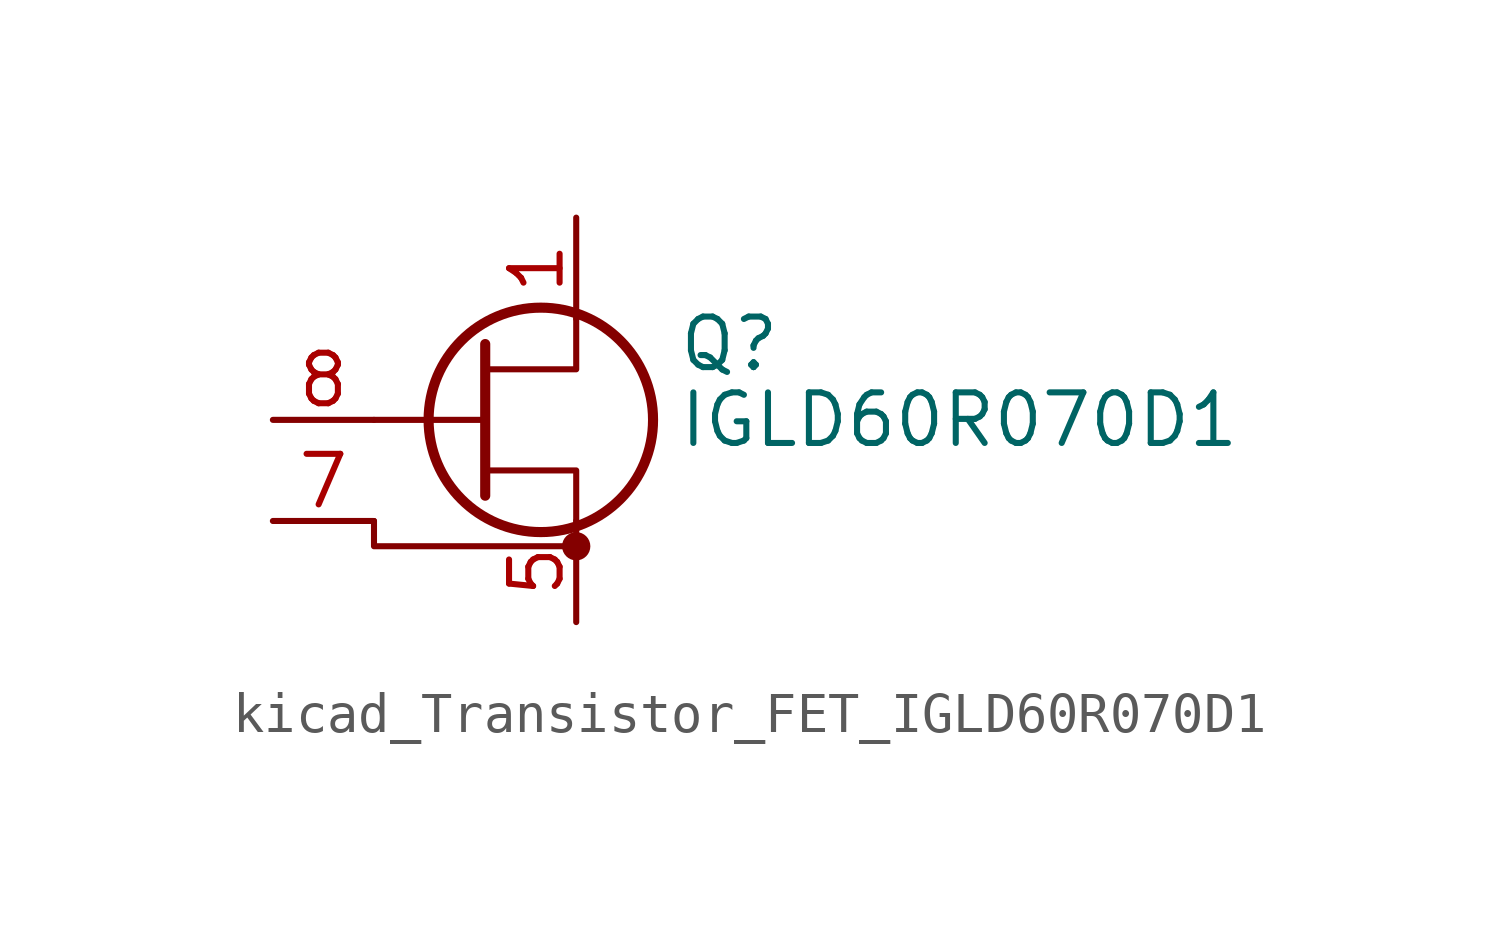
<source format=kicad_sym>
(kicad_symbol_lib
  (version 20220914)
  (generator kicad_symbol_editor)
  (symbol "kicad_Transistor_FET_IGLD60R070D1"
    (pin_names
      (offset 0) hide)
    (property "Reference" "Q"
      (at 5.08 1.905 0)
      (effects (font (size 1.27 1.27)) (justify left)))
    (property "Value" "IGLD60R070D1"
      (at 5.08 0 0)
      (effects (font (size 1.27 1.27)) (justify left)))
    (symbol "kicad_Transistor_FET_IGLD60R070D1_0_1"
      (polyline (pts (xy -2.54 0) (xy 0.254 0)) (stroke (width 0) (type default)) (fill (type none)))
      (polyline (pts (xy -2.54 -2.54) (xy -2.54 -3.175) (xy 2.54 -3.175)) (stroke (width 0) (type default)) (fill (type none)))
      (polyline (pts (xy 0.254 -1.27) (xy 2.54 -1.27) (xy 2.54 -2.54)) (stroke (width 0) (type default)) (fill (type none)))
      (polyline (pts (xy 0.254 1.905) (xy 0.254 -1.905) (xy 0.254 -1.905)) (stroke (width 0.254) (type default)) (fill (type none)))
      (polyline (pts (xy 2.54 2.54) (xy 2.54 1.27) (xy 0.254 1.27)) (stroke (width 0) (type default)) (fill (type none)))
      (circle (center 1.651 0) (radius 2.819) (stroke (width 0.254) (type default)) (fill (type none)))
      (circle (center 2.54 -3.175) (radius 0.279) (stroke (width 0) (type default)) (fill (type outline))))
    (symbol "kicad_Transistor_FET_IGLD60R070D1_1_1"
      (pin passive line (at 2.54 5.08 270) (length 2.54) (name "D" (effects (font (size 1.27 1.27)))) (number "1" (effects (font (size 1.27 1.27)))))
      (pin passive line (at 2.54 5.08 270) (length 2.54) hide (name "D" (effects (font (size 1.27 1.27)))) (number "2" (effects (font (size 1.27 1.27)))))
      (pin passive line (at 2.54 5.08 270) (length 2.54) hide (name "D" (effects (font (size 1.27 1.27)))) (number "3" (effects (font (size 1.27 1.27)))))
      (pin passive line (at 2.54 5.08 270) (length 2.54) hide (name "D" (effects (font (size 1.27 1.27)))) (number "4" (effects (font (size 1.27 1.27)))))
      (pin passive line (at 2.54 -5.08 90) (length 2.54) (name "S" (effects (font (size 1.27 1.27)))) (number "5" (effects (font (size 1.27 1.27)))))
      (pin passive line (at 2.54 -5.08 90) (length 2.54) hide (name "S" (effects (font (size 1.27 1.27)))) (number "6" (effects (font (size 1.27 1.27)))))
      (pin passive line (at -5.08 -2.54 0) (length 2.54) (name "SS" (effects (font (size 1.27 1.27)))) (number "7" (effects (font (size 1.27 1.27)))))
      (pin input line (at -5.08 0 0) (length 2.54) (name "G" (effects (font (size 1.27 1.27)))) (number "8" (effects (font (size 1.27 1.27)))))
      (pin passive line (at 2.54 -5.08 90) (length 2.54) hide (name "S" (effects (font (size 1.27 1.27)))) (number "9" (effects (font (size 1.27 1.27))))))))
</source>
